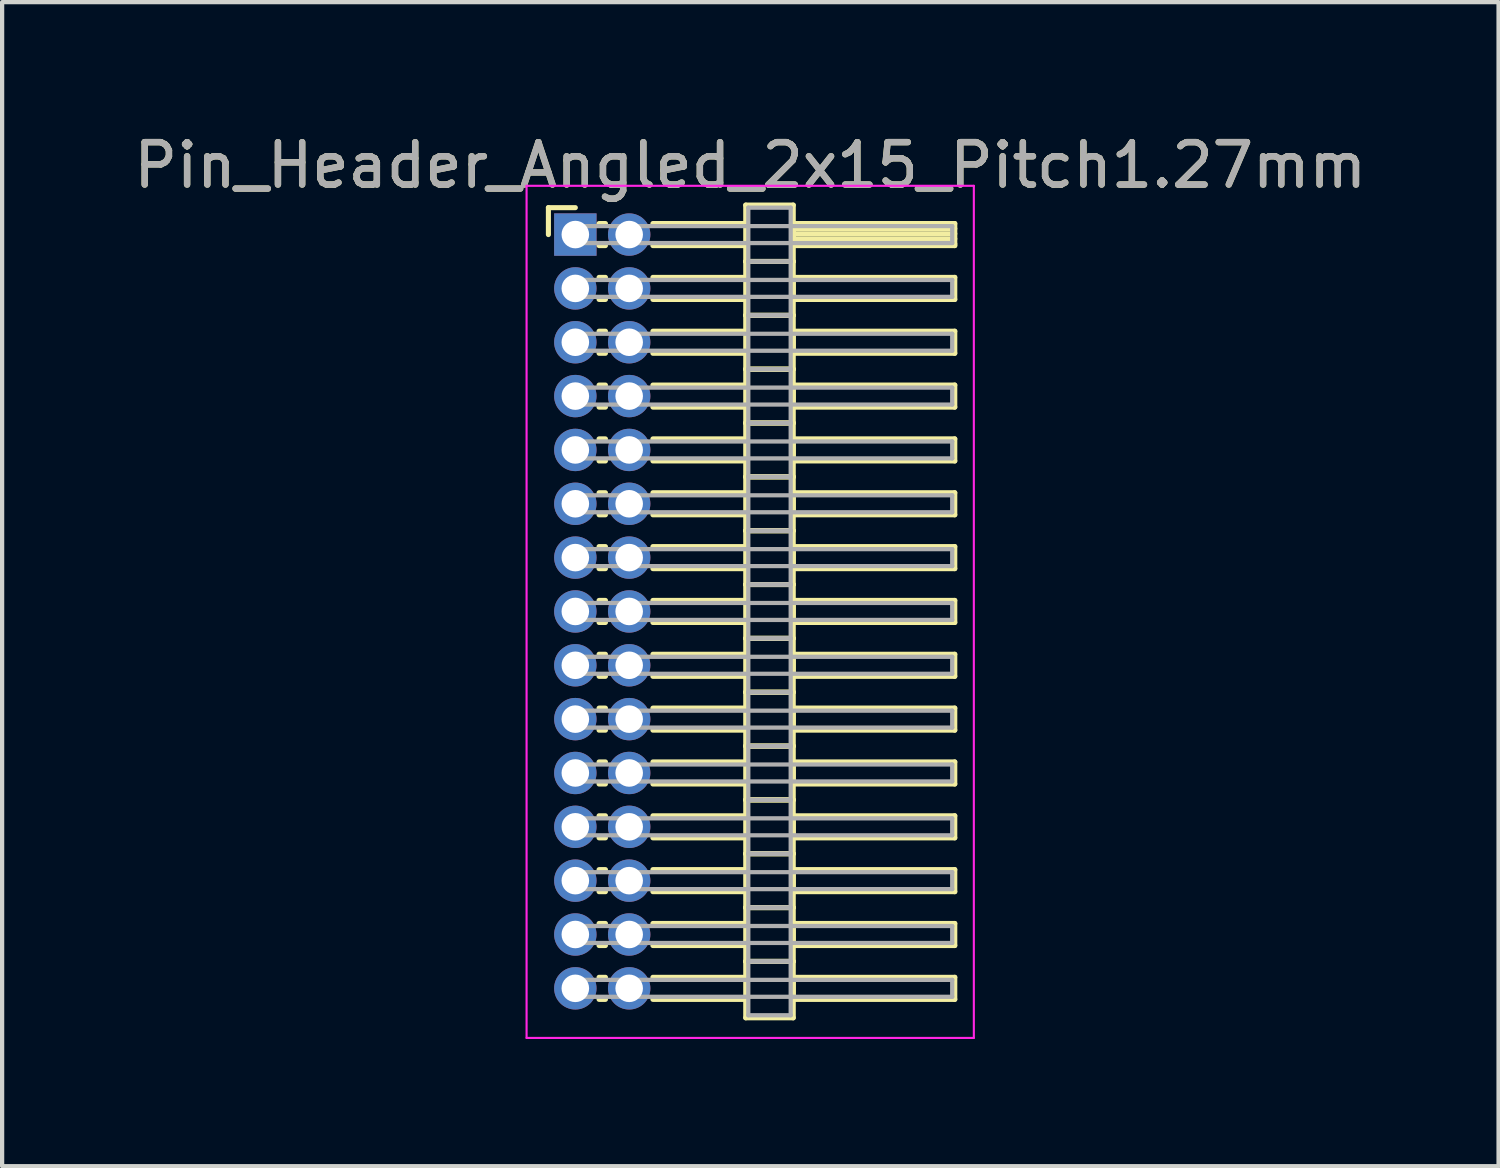
<source format=kicad_pcb>
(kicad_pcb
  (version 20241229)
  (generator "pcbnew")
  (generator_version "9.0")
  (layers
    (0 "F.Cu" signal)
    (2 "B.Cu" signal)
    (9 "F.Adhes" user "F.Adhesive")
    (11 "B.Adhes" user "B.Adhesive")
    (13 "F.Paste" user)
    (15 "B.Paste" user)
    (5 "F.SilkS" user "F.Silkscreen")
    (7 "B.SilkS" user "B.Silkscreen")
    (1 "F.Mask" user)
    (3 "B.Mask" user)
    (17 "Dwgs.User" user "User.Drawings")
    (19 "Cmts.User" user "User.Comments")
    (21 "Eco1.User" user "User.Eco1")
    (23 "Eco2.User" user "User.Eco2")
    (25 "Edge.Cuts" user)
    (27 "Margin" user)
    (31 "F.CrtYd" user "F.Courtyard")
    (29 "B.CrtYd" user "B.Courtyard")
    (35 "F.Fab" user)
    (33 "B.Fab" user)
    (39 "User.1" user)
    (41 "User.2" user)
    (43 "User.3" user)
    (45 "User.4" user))
  (footprint "Pin_Header_Angled_2x15_Pitch1.27mm"
    (layer "F.Cu")
    (at 10.521 2.483)
    (property "Reference" "Pin_Header_Angled_2x15_Pitch1.27mm" (at 4.128 -1.635 0) (layer "F.SilkS") (effects (font (size 1 1) (thickness 0.15))))
    (attr through_hole)
    (fp_line (start -0.635 -0.635) (end 0 -0.635) (stroke (width 0.12) (type solid)) (layer "F.SilkS"))
    (fp_line (start -0.635 0) (end -0.635 -0.635) (stroke (width 0.12) (type solid)) (layer "F.SilkS"))
    (fp_line (start 0.56 -0.26) (end 0.71 -0.26) (stroke (width 0.12) (type solid)) (layer "F.SilkS"))
    (fp_line (start 0.56 0.26) (end 0.71 0.26) (stroke (width 0.12) (type solid)) (layer "F.SilkS"))
    (fp_line (start 0.56 1.01) (end 0.71 1.01) (stroke (width 0.12) (type solid)) (layer "F.SilkS"))
    (fp_line (start 0.56 1.53) (end 0.71 1.53) (stroke (width 0.12) (type solid)) (layer "F.SilkS"))
    (fp_line (start 0.56 2.28) (end 0.71 2.28) (stroke (width 0.12) (type solid)) (layer "F.SilkS"))
    (fp_line (start 0.56 2.8) (end 0.71 2.8) (stroke (width 0.12) (type solid)) (layer "F.SilkS"))
    (fp_line (start 0.56 3.55) (end 0.71 3.55) (stroke (width 0.12) (type solid)) (layer "F.SilkS"))
    (fp_line (start 0.56 4.07) (end 0.71 4.07) (stroke (width 0.12) (type solid)) (layer "F.SilkS"))
    (fp_line (start 0.56 4.82) (end 0.71 4.82) (stroke (width 0.12) (type solid)) (layer "F.SilkS"))
    (fp_line (start 0.56 5.34) (end 0.71 5.34) (stroke (width 0.12) (type solid)) (layer "F.SilkS"))
    (fp_line (start 0.56 6.09) (end 0.71 6.09) (stroke (width 0.12) (type solid)) (layer "F.SilkS"))
    (fp_line (start 0.56 6.61) (end 0.71 6.61) (stroke (width 0.12) (type solid)) (layer "F.SilkS"))
    (fp_line (start 0.56 7.36) (end 0.71 7.36) (stroke (width 0.12) (type solid)) (layer "F.SilkS"))
    (fp_line (start 0.56 7.88) (end 0.71 7.88) (stroke (width 0.12) (type solid)) (layer "F.SilkS"))
    (fp_line (start 0.56 8.63) (end 0.71 8.63) (stroke (width 0.12) (type solid)) (layer "F.SilkS"))
    (fp_line (start 0.56 9.15) (end 0.71 9.15) (stroke (width 0.12) (type solid)) (layer "F.SilkS"))
    (fp_line (start 0.56 9.9) (end 0.71 9.9) (stroke (width 0.12) (type solid)) (layer "F.SilkS"))
    (fp_line (start 0.56 10.42) (end 0.71 10.42) (stroke (width 0.12) (type solid)) (layer "F.SilkS"))
    (fp_line (start 0.56 11.17) (end 0.71 11.17) (stroke (width 0.12) (type solid)) (layer "F.SilkS"))
    (fp_line (start 0.56 11.69) (end 0.71 11.69) (stroke (width 0.12) (type solid)) (layer "F.SilkS"))
    (fp_line (start 0.56 12.44) (end 0.71 12.44) (stroke (width 0.12) (type solid)) (layer "F.SilkS"))
    (fp_line (start 0.56 12.96) (end 0.71 12.96) (stroke (width 0.12) (type solid)) (layer "F.SilkS"))
    (fp_line (start 0.56 13.71) (end 0.71 13.71) (stroke (width 0.12) (type solid)) (layer "F.SilkS"))
    (fp_line (start 0.56 14.23) (end 0.71 14.23) (stroke (width 0.12) (type solid)) (layer "F.SilkS"))
    (fp_line (start 0.56 14.98) (end 0.71 14.98) (stroke (width 0.12) (type solid)) (layer "F.SilkS"))
    (fp_line (start 0.56 15.5) (end 0.71 15.5) (stroke (width 0.12) (type solid)) (layer "F.SilkS"))
    (fp_line (start 0.56 16.25) (end 0.71 16.25) (stroke (width 0.12) (type solid)) (layer "F.SilkS"))
    (fp_line (start 0.56 16.77) (end 0.71 16.77) (stroke (width 0.12) (type solid)) (layer "F.SilkS"))
    (fp_line (start 0.56 17.52) (end 0.71 17.52) (stroke (width 0.12) (type solid)) (layer "F.SilkS"))
    (fp_line (start 0.56 18.04) (end 0.71 18.04) (stroke (width 0.12) (type solid)) (layer "F.SilkS"))
    (fp_line (start 1.83 -0.26) (end 4.02 -0.26) (stroke (width 0.12) (type solid)) (layer "F.SilkS"))
    (fp_line (start 1.83 0.26) (end 4.02 0.26) (stroke (width 0.12) (type solid)) (layer "F.SilkS"))
    (fp_line (start 1.83 1.01) (end 4.02 1.01) (stroke (width 0.12) (type solid)) (layer "F.SilkS"))
    (fp_line (start 1.83 1.53) (end 4.02 1.53) (stroke (width 0.12) (type solid)) (layer "F.SilkS"))
    (fp_line (start 1.83 2.28) (end 4.02 2.28) (stroke (width 0.12) (type solid)) (layer "F.SilkS"))
    (fp_line (start 1.83 2.8) (end 4.02 2.8) (stroke (width 0.12) (type solid)) (layer "F.SilkS"))
    (fp_line (start 1.83 3.55) (end 4.02 3.55) (stroke (width 0.12) (type solid)) (layer "F.SilkS"))
    (fp_line (start 1.83 4.07) (end 4.02 4.07) (stroke (width 0.12) (type solid)) (layer "F.SilkS"))
    (fp_line (start 1.83 4.82) (end 4.02 4.82) (stroke (width 0.12) (type solid)) (layer "F.SilkS"))
    (fp_line (start 1.83 5.34) (end 4.02 5.34) (stroke (width 0.12) (type solid)) (layer "F.SilkS"))
    (fp_line (start 1.83 6.09) (end 4.02 6.09) (stroke (width 0.12) (type solid)) (layer "F.SilkS"))
    (fp_line (start 1.83 6.61) (end 4.02 6.61) (stroke (width 0.12) (type solid)) (layer "F.SilkS"))
    (fp_line (start 1.83 7.36) (end 4.02 7.36) (stroke (width 0.12) (type solid)) (layer "F.SilkS"))
    (fp_line (start 1.83 7.88) (end 4.02 7.88) (stroke (width 0.12) (type solid)) (layer "F.SilkS"))
    (fp_line (start 1.83 8.63) (end 4.02 8.63) (stroke (width 0.12) (type solid)) (layer "F.SilkS"))
    (fp_line (start 1.83 9.15) (end 4.02 9.15) (stroke (width 0.12) (type solid)) (layer "F.SilkS"))
    (fp_line (start 1.83 9.9) (end 4.02 9.9) (stroke (width 0.12) (type solid)) (layer "F.SilkS"))
    (fp_line (start 1.83 10.42) (end 4.02 10.42) (stroke (width 0.12) (type solid)) (layer "F.SilkS"))
    (fp_line (start 1.83 11.17) (end 4.02 11.17) (stroke (width 0.12) (type solid)) (layer "F.SilkS"))
    (fp_line (start 1.83 11.69) (end 4.02 11.69) (stroke (width 0.12) (type solid)) (layer "F.SilkS"))
    (fp_line (start 1.83 12.44) (end 4.02 12.44) (stroke (width 0.12) (type solid)) (layer "F.SilkS"))
    (fp_line (start 1.83 12.96) (end 4.02 12.96) (stroke (width 0.12) (type solid)) (layer "F.SilkS"))
    (fp_line (start 1.83 13.71) (end 4.02 13.71) (stroke (width 0.12) (type solid)) (layer "F.SilkS"))
    (fp_line (start 1.83 14.23) (end 4.02 14.23) (stroke (width 0.12) (type solid)) (layer "F.SilkS"))
    (fp_line (start 1.83 14.98) (end 4.02 14.98) (stroke (width 0.12) (type solid)) (layer "F.SilkS"))
    (fp_line (start 1.83 15.5) (end 4.02 15.5) (stroke (width 0.12) (type solid)) (layer "F.SilkS"))
    (fp_line (start 1.83 16.25) (end 4.02 16.25) (stroke (width 0.12) (type solid)) (layer "F.SilkS"))
    (fp_line (start 1.83 16.77) (end 4.02 16.77) (stroke (width 0.12) (type solid)) (layer "F.SilkS"))
    (fp_line (start 1.83 17.52) (end 4.02 17.52) (stroke (width 0.12) (type solid)) (layer "F.SilkS"))
    (fp_line (start 1.83 18.04) (end 4.02 18.04) (stroke (width 0.12) (type solid)) (layer "F.SilkS"))
    (fp_line (start 4.02 -0.695) (end 4.02 0.635) (stroke (width 0.12) (type solid)) (layer "F.SilkS"))
    (fp_line (start 4.02 0.635) (end 4.02 1.905) (stroke (width 0.12) (type solid)) (layer "F.SilkS"))
    (fp_line (start 4.02 0.635) (end 5.14 0.635) (stroke (width 0.12) (type solid)) (layer "F.SilkS"))
    (fp_line (start 4.02 1.905) (end 4.02 3.175) (stroke (width 0.12) (type solid)) (layer "F.SilkS"))
    (fp_line (start 4.02 1.905) (end 5.14 1.905) (stroke (width 0.12) (type solid)) (layer "F.SilkS"))
    (fp_line (start 4.02 3.175) (end 4.02 4.445) (stroke (width 0.12) (type solid)) (layer "F.SilkS"))
    (fp_line (start 4.02 3.175) (end 5.14 3.175) (stroke (width 0.12) (type solid)) (layer "F.SilkS"))
    (fp_line (start 4.02 4.445) (end 4.02 5.715) (stroke (width 0.12) (type solid)) (layer "F.SilkS"))
    (fp_line (start 4.02 4.445) (end 5.14 4.445) (stroke (width 0.12) (type solid)) (layer "F.SilkS"))
    (fp_line (start 4.02 5.715) (end 4.02 6.985) (stroke (width 0.12) (type solid)) (layer "F.SilkS"))
    (fp_line (start 4.02 5.715) (end 5.14 5.715) (stroke (width 0.12) (type solid)) (layer "F.SilkS"))
    (fp_line (start 4.02 6.985) (end 4.02 8.255) (stroke (width 0.12) (type solid)) (layer "F.SilkS"))
    (fp_line (start 4.02 6.985) (end 5.14 6.985) (stroke (width 0.12) (type solid)) (layer "F.SilkS"))
    (fp_line (start 4.02 8.255) (end 4.02 9.525) (stroke (width 0.12) (type solid)) (layer "F.SilkS"))
    (fp_line (start 4.02 8.255) (end 5.14 8.255) (stroke (width 0.12) (type solid)) (layer "F.SilkS"))
    (fp_line (start 4.02 9.525) (end 4.02 10.795) (stroke (width 0.12) (type solid)) (layer "F.SilkS"))
    (fp_line (start 4.02 9.525) (end 5.14 9.525) (stroke (width 0.12) (type solid)) (layer "F.SilkS"))
    (fp_line (start 4.02 10.795) (end 4.02 12.065) (stroke (width 0.12) (type solid)) (layer "F.SilkS"))
    (fp_line (start 4.02 10.795) (end 5.14 10.795) (stroke (width 0.12) (type solid)) (layer "F.SilkS"))
    (fp_line (start 4.02 12.065) (end 4.02 13.335) (stroke (width 0.12) (type solid)) (layer "F.SilkS"))
    (fp_line (start 4.02 12.065) (end 5.14 12.065) (stroke (width 0.12) (type solid)) (layer "F.SilkS"))
    (fp_line (start 4.02 13.335) (end 4.02 14.605) (stroke (width 0.12) (type solid)) (layer "F.SilkS"))
    (fp_line (start 4.02 13.335) (end 5.14 13.335) (stroke (width 0.12) (type solid)) (layer "F.SilkS"))
    (fp_line (start 4.02 14.605) (end 4.02 15.875) (stroke (width 0.12) (type solid)) (layer "F.SilkS"))
    (fp_line (start 4.02 14.605) (end 5.14 14.605) (stroke (width 0.12) (type solid)) (layer "F.SilkS"))
    (fp_line (start 4.02 15.875) (end 4.02 17.145) (stroke (width 0.12) (type solid)) (layer "F.SilkS"))
    (fp_line (start 4.02 15.875) (end 5.14 15.875) (stroke (width 0.12) (type solid)) (layer "F.SilkS"))
    (fp_line (start 4.02 17.145) (end 4.02 18.475) (stroke (width 0.12) (type solid)) (layer "F.SilkS"))
    (fp_line (start 4.02 17.145) (end 5.14 17.145) (stroke (width 0.12) (type solid)) (layer "F.SilkS"))
    (fp_line (start 4.02 18.475) (end 5.14 18.475) (stroke (width 0.12) (type solid)) (layer "F.SilkS"))
    (fp_line (start 5.14 -0.695) (end 4.02 -0.695) (stroke (width 0.12) (type solid)) (layer "F.SilkS"))
    (fp_line (start 5.14 -0.26) (end 5.14 0.26) (stroke (width 0.12) (type solid)) (layer "F.SilkS"))
    (fp_line (start 5.14 -0.14) (end 8.95 -0.14) (stroke (width 0.12) (type solid)) (layer "F.SilkS"))
    (fp_line (start 5.14 -0.02) (end 8.95 -0.02) (stroke (width 0.12) (type solid)) (layer "F.SilkS"))
    (fp_line (start 5.14 0.1) (end 8.95 0.1) (stroke (width 0.12) (type solid)) (layer "F.SilkS"))
    (fp_line (start 5.14 0.22) (end 8.95 0.22) (stroke (width 0.12) (type solid)) (layer "F.SilkS"))
    (fp_line (start 5.14 0.26) (end 8.95 0.26) (stroke (width 0.12) (type solid)) (layer "F.SilkS"))
    (fp_line (start 5.14 0.635) (end 4.02 0.635) (stroke (width 0.12) (type solid)) (layer "F.SilkS"))
    (fp_line (start 5.14 0.635) (end 5.14 -0.695) (stroke (width 0.12) (type solid)) (layer "F.SilkS"))
    (fp_line (start 5.14 1.01) (end 5.14 1.53) (stroke (width 0.12) (type solid)) (layer "F.SilkS"))
    (fp_line (start 5.14 1.53) (end 8.95 1.53) (stroke (width 0.12) (type solid)) (layer "F.SilkS"))
    (fp_line (start 5.14 1.905) (end 4.02 1.905) (stroke (width 0.12) (type solid)) (layer "F.SilkS"))
    (fp_line (start 5.14 1.905) (end 5.14 0.635) (stroke (width 0.12) (type solid)) (layer "F.SilkS"))
    (fp_line (start 5.14 2.28) (end 5.14 2.8) (stroke (width 0.12) (type solid)) (layer "F.SilkS"))
    (fp_line (start 5.14 2.8) (end 8.95 2.8) (stroke (width 0.12) (type solid)) (layer "F.SilkS"))
    (fp_line (start 5.14 3.175) (end 4.02 3.175) (stroke (width 0.12) (type solid)) (layer "F.SilkS"))
    (fp_line (start 5.14 3.175) (end 5.14 1.905) (stroke (width 0.12) (type solid)) (layer "F.SilkS"))
    (fp_line (start 5.14 3.55) (end 5.14 4.07) (stroke (width 0.12) (type solid)) (layer "F.SilkS"))
    (fp_line (start 5.14 4.07) (end 8.95 4.07) (stroke (width 0.12) (type solid)) (layer "F.SilkS"))
    (fp_line (start 5.14 4.445) (end 4.02 4.445) (stroke (width 0.12) (type solid)) (layer "F.SilkS"))
    (fp_line (start 5.14 4.445) (end 5.14 3.175) (stroke (width 0.12) (type solid)) (layer "F.SilkS"))
    (fp_line (start 5.14 4.82) (end 5.14 5.34) (stroke (width 0.12) (type solid)) (layer "F.SilkS"))
    (fp_line (start 5.14 5.34) (end 8.95 5.34) (stroke (width 0.12) (type solid)) (layer "F.SilkS"))
    (fp_line (start 5.14 5.715) (end 4.02 5.715) (stroke (width 0.12) (type solid)) (layer "F.SilkS"))
    (fp_line (start 5.14 5.715) (end 5.14 4.445) (stroke (width 0.12) (type solid)) (layer "F.SilkS"))
    (fp_line (start 5.14 6.09) (end 5.14 6.61) (stroke (width 0.12) (type solid)) (layer "F.SilkS"))
    (fp_line (start 5.14 6.61) (end 8.95 6.61) (stroke (width 0.12) (type solid)) (layer "F.SilkS"))
    (fp_line (start 5.14 6.985) (end 4.02 6.985) (stroke (width 0.12) (type solid)) (layer "F.SilkS"))
    (fp_line (start 5.14 6.985) (end 5.14 5.715) (stroke (width 0.12) (type solid)) (layer "F.SilkS"))
    (fp_line (start 5.14 7.36) (end 5.14 7.88) (stroke (width 0.12) (type solid)) (layer "F.SilkS"))
    (fp_line (start 5.14 7.88) (end 8.95 7.88) (stroke (width 0.12) (type solid)) (layer "F.SilkS"))
    (fp_line (start 5.14 8.255) (end 4.02 8.255) (stroke (width 0.12) (type solid)) (layer "F.SilkS"))
    (fp_line (start 5.14 8.255) (end 5.14 6.985) (stroke (width 0.12) (type solid)) (layer "F.SilkS"))
    (fp_line (start 5.14 8.63) (end 5.14 9.15) (stroke (width 0.12) (type solid)) (layer "F.SilkS"))
    (fp_line (start 5.14 9.15) (end 8.95 9.15) (stroke (width 0.12) (type solid)) (layer "F.SilkS"))
    (fp_line (start 5.14 9.525) (end 4.02 9.525) (stroke (width 0.12) (type solid)) (layer "F.SilkS"))
    (fp_line (start 5.14 9.525) (end 5.14 8.255) (stroke (width 0.12) (type solid)) (layer "F.SilkS"))
    (fp_line (start 5.14 9.9) (end 5.14 10.42) (stroke (width 0.12) (type solid)) (layer "F.SilkS"))
    (fp_line (start 5.14 10.42) (end 8.95 10.42) (stroke (width 0.12) (type solid)) (layer "F.SilkS"))
    (fp_line (start 5.14 10.795) (end 4.02 10.795) (stroke (width 0.12) (type solid)) (layer "F.SilkS"))
    (fp_line (start 5.14 10.795) (end 5.14 9.525) (stroke (width 0.12) (type solid)) (layer "F.SilkS"))
    (fp_line (start 5.14 11.17) (end 5.14 11.69) (stroke (width 0.12) (type solid)) (layer "F.SilkS"))
    (fp_line (start 5.14 11.69) (end 8.95 11.69) (stroke (width 0.12) (type solid)) (layer "F.SilkS"))
    (fp_line (start 5.14 12.065) (end 4.02 12.065) (stroke (width 0.12) (type solid)) (layer "F.SilkS"))
    (fp_line (start 5.14 12.065) (end 5.14 10.795) (stroke (width 0.12) (type solid)) (layer "F.SilkS"))
    (fp_line (start 5.14 12.44) (end 5.14 12.96) (stroke (width 0.12) (type solid)) (layer "F.SilkS"))
    (fp_line (start 5.14 12.96) (end 8.95 12.96) (stroke (width 0.12) (type solid)) (layer "F.SilkS"))
    (fp_line (start 5.14 13.335) (end 4.02 13.335) (stroke (width 0.12) (type solid)) (layer "F.SilkS"))
    (fp_line (start 5.14 13.335) (end 5.14 12.065) (stroke (width 0.12) (type solid)) (layer "F.SilkS"))
    (fp_line (start 5.14 13.71) (end 5.14 14.23) (stroke (width 0.12) (type solid)) (layer "F.SilkS"))
    (fp_line (start 5.14 14.23) (end 8.95 14.23) (stroke (width 0.12) (type solid)) (layer "F.SilkS"))
    (fp_line (start 5.14 14.605) (end 4.02 14.605) (stroke (width 0.12) (type solid)) (layer "F.SilkS"))
    (fp_line (start 5.14 14.605) (end 5.14 13.335) (stroke (width 0.12) (type solid)) (layer "F.SilkS"))
    (fp_line (start 5.14 14.98) (end 5.14 15.5) (stroke (width 0.12) (type solid)) (layer "F.SilkS"))
    (fp_line (start 5.14 15.5) (end 8.95 15.5) (stroke (width 0.12) (type solid)) (layer "F.SilkS"))
    (fp_line (start 5.14 15.875) (end 4.02 15.875) (stroke (width 0.12) (type solid)) (layer "F.SilkS"))
    (fp_line (start 5.14 15.875) (end 5.14 14.605) (stroke (width 0.12) (type solid)) (layer "F.SilkS"))
    (fp_line (start 5.14 16.25) (end 5.14 16.77) (stroke (width 0.12) (type solid)) (layer "F.SilkS"))
    (fp_line (start 5.14 16.77) (end 8.95 16.77) (stroke (width 0.12) (type solid)) (layer "F.SilkS"))
    (fp_line (start 5.14 17.145) (end 4.02 17.145) (stroke (width 0.12) (type solid)) (layer "F.SilkS"))
    (fp_line (start 5.14 17.145) (end 5.14 15.875) (stroke (width 0.12) (type solid)) (layer "F.SilkS"))
    (fp_line (start 5.14 17.52) (end 5.14 18.04) (stroke (width 0.12) (type solid)) (layer "F.SilkS"))
    (fp_line (start 5.14 18.04) (end 8.95 18.04) (stroke (width 0.12) (type solid)) (layer "F.SilkS"))
    (fp_line (start 5.14 18.475) (end 5.14 17.145) (stroke (width 0.12) (type solid)) (layer "F.SilkS"))
    (fp_line (start 8.95 -0.26) (end 5.14 -0.26) (stroke (width 0.12) (type solid)) (layer "F.SilkS"))
    (fp_line (start 8.95 0.26) (end 8.95 -0.26) (stroke (width 0.12) (type solid)) (layer "F.SilkS"))
    (fp_line (start 8.95 1.01) (end 5.14 1.01) (stroke (width 0.12) (type solid)) (layer "F.SilkS"))
    (fp_line (start 8.95 1.53) (end 8.95 1.01) (stroke (width 0.12) (type solid)) (layer "F.SilkS"))
    (fp_line (start 8.95 2.28) (end 5.14 2.28) (stroke (width 0.12) (type solid)) (layer "F.SilkS"))
    (fp_line (start 8.95 2.8) (end 8.95 2.28) (stroke (width 0.12) (type solid)) (layer "F.SilkS"))
    (fp_line (start 8.95 3.55) (end 5.14 3.55) (stroke (width 0.12) (type solid)) (layer "F.SilkS"))
    (fp_line (start 8.95 4.07) (end 8.95 3.55) (stroke (width 0.12) (type solid)) (layer "F.SilkS"))
    (fp_line (start 8.95 4.82) (end 5.14 4.82) (stroke (width 0.12) (type solid)) (layer "F.SilkS"))
    (fp_line (start 8.95 5.34) (end 8.95 4.82) (stroke (width 0.12) (type solid)) (layer "F.SilkS"))
    (fp_line (start 8.95 6.09) (end 5.14 6.09) (stroke (width 0.12) (type solid)) (layer "F.SilkS"))
    (fp_line (start 8.95 6.61) (end 8.95 6.09) (stroke (width 0.12) (type solid)) (layer "F.SilkS"))
    (fp_line (start 8.95 7.36) (end 5.14 7.36) (stroke (width 0.12) (type solid)) (layer "F.SilkS"))
    (fp_line (start 8.95 7.88) (end 8.95 7.36) (stroke (width 0.12) (type solid)) (layer "F.SilkS"))
    (fp_line (start 8.95 8.63) (end 5.14 8.63) (stroke (width 0.12) (type solid)) (layer "F.SilkS"))
    (fp_line (start 8.95 9.15) (end 8.95 8.63) (stroke (width 0.12) (type solid)) (layer "F.SilkS"))
    (fp_line (start 8.95 9.9) (end 5.14 9.9) (stroke (width 0.12) (type solid)) (layer "F.SilkS"))
    (fp_line (start 8.95 10.42) (end 8.95 9.9) (stroke (width 0.12) (type solid)) (layer "F.SilkS"))
    (fp_line (start 8.95 11.17) (end 5.14 11.17) (stroke (width 0.12) (type solid)) (layer "F.SilkS"))
    (fp_line (start 8.95 11.69) (end 8.95 11.17) (stroke (width 0.12) (type solid)) (layer "F.SilkS"))
    (fp_line (start 8.95 12.44) (end 5.14 12.44) (stroke (width 0.12) (type solid)) (layer "F.SilkS"))
    (fp_line (start 8.95 12.96) (end 8.95 12.44) (stroke (width 0.12) (type solid)) (layer "F.SilkS"))
    (fp_line (start 8.95 13.71) (end 5.14 13.71) (stroke (width 0.12) (type solid)) (layer "F.SilkS"))
    (fp_line (start 8.95 14.23) (end 8.95 13.71) (stroke (width 0.12) (type solid)) (layer "F.SilkS"))
    (fp_line (start 8.95 14.98) (end 5.14 14.98) (stroke (width 0.12) (type solid)) (layer "F.SilkS"))
    (fp_line (start 8.95 15.5) (end 8.95 14.98) (stroke (width 0.12) (type solid)) (layer "F.SilkS"))
    (fp_line (start 8.95 16.25) (end 5.14 16.25) (stroke (width 0.12) (type solid)) (layer "F.SilkS"))
    (fp_line (start 8.95 16.77) (end 8.95 16.25) (stroke (width 0.12) (type solid)) (layer "F.SilkS"))
    (fp_line (start 8.95 17.52) (end 5.14 17.52) (stroke (width 0.12) (type solid)) (layer "F.SilkS"))
    (fp_line (start 8.95 18.04) (end 8.95 17.52) (stroke (width 0.12) (type solid)) (layer "F.SilkS"))
    (fp_line (start -1.15 -1.15) (end -1.15 18.95) (stroke (width 0.05) (type solid)) (layer "F.CrtYd"))
    (fp_line (start -1.15 18.95) (end 9.4 18.95) (stroke (width 0.05) (type solid)) (layer "F.CrtYd"))
    (fp_line (start 9.4 -1.15) (end -1.15 -1.15) (stroke (width 0.05) (type solid)) (layer "F.CrtYd"))
    (fp_line (start 9.4 18.95) (end 9.4 -1.15) (stroke (width 0.05) (type solid)) (layer "F.CrtYd"))
    (fp_line (start 0 -0.2) (end 0 0.2) (stroke (width 0.1) (type solid)) (layer "F.Fab"))
    (fp_line (start 0 0.2) (end 8.89 0.2) (stroke (width 0.1) (type solid)) (layer "F.Fab"))
    (fp_line (start 0 1.07) (end 0 1.47) (stroke (width 0.1) (type solid)) (layer "F.Fab"))
    (fp_line (start 0 1.47) (end 8.89 1.47) (stroke (width 0.1) (type solid)) (layer "F.Fab"))
    (fp_line (start 0 2.34) (end 0 2.74) (stroke (width 0.1) (type solid)) (layer "F.Fab"))
    (fp_line (start 0 2.74) (end 8.89 2.74) (stroke (width 0.1) (type solid)) (layer "F.Fab"))
    (fp_line (start 0 3.61) (end 0 4.01) (stroke (width 0.1) (type solid)) (layer "F.Fab"))
    (fp_line (start 0 4.01) (end 8.89 4.01) (stroke (width 0.1) (type solid)) (layer "F.Fab"))
    (fp_line (start 0 4.88) (end 0 5.28) (stroke (width 0.1) (type solid)) (layer "F.Fab"))
    (fp_line (start 0 5.28) (end 8.89 5.28) (stroke (width 0.1) (type solid)) (layer "F.Fab"))
    (fp_line (start 0 6.15) (end 0 6.55) (stroke (width 0.1) (type solid)) (layer "F.Fab"))
    (fp_line (start 0 6.55) (end 8.89 6.55) (stroke (width 0.1) (type solid)) (layer "F.Fab"))
    (fp_line (start 0 7.42) (end 0 7.82) (stroke (width 0.1) (type solid)) (layer "F.Fab"))
    (fp_line (start 0 7.82) (end 8.89 7.82) (stroke (width 0.1) (type solid)) (layer "F.Fab"))
    (fp_line (start 0 8.69) (end 0 9.09) (stroke (width 0.1) (type solid)) (layer "F.Fab"))
    (fp_line (start 0 9.09) (end 8.89 9.09) (stroke (width 0.1) (type solid)) (layer "F.Fab"))
    (fp_line (start 0 9.96) (end 0 10.36) (stroke (width 0.1) (type solid)) (layer "F.Fab"))
    (fp_line (start 0 10.36) (end 8.89 10.36) (stroke (width 0.1) (type solid)) (layer "F.Fab"))
    (fp_line (start 0 11.23) (end 0 11.63) (stroke (width 0.1) (type solid)) (layer "F.Fab"))
    (fp_line (start 0 11.63) (end 8.89 11.63) (stroke (width 0.1) (type solid)) (layer "F.Fab"))
    (fp_line (start 0 12.5) (end 0 12.9) (stroke (width 0.1) (type solid)) (layer "F.Fab"))
    (fp_line (start 0 12.9) (end 8.89 12.9) (stroke (width 0.1) (type solid)) (layer "F.Fab"))
    (fp_line (start 0 13.77) (end 0 14.17) (stroke (width 0.1) (type solid)) (layer "F.Fab"))
    (fp_line (start 0 14.17) (end 8.89 14.17) (stroke (width 0.1) (type solid)) (layer "F.Fab"))
    (fp_line (start 0 15.04) (end 0 15.44) (stroke (width 0.1) (type solid)) (layer "F.Fab"))
    (fp_line (start 0 15.44) (end 8.89 15.44) (stroke (width 0.1) (type solid)) (layer "F.Fab"))
    (fp_line (start 0 16.31) (end 0 16.71) (stroke (width 0.1) (type solid)) (layer "F.Fab"))
    (fp_line (start 0 16.71) (end 8.89 16.71) (stroke (width 0.1) (type solid)) (layer "F.Fab"))
    (fp_line (start 0 17.58) (end 0 17.98) (stroke (width 0.1) (type solid)) (layer "F.Fab"))
    (fp_line (start 0 17.98) (end 8.89 17.98) (stroke (width 0.1) (type solid)) (layer "F.Fab"))
    (fp_line (start 4.08 -0.635) (end 4.08 0.635) (stroke (width 0.1) (type solid)) (layer "F.Fab"))
    (fp_line (start 4.08 0.635) (end 4.08 1.905) (stroke (width 0.1) (type solid)) (layer "F.Fab"))
    (fp_line (start 4.08 0.635) (end 5.08 0.635) (stroke (width 0.1) (type solid)) (layer "F.Fab"))
    (fp_line (start 4.08 1.905) (end 4.08 3.175) (stroke (width 0.1) (type solid)) (layer "F.Fab"))
    (fp_line (start 4.08 1.905) (end 5.08 1.905) (stroke (width 0.1) (type solid)) (layer "F.Fab"))
    (fp_line (start 4.08 3.175) (end 4.08 4.445) (stroke (width 0.1) (type solid)) (layer "F.Fab"))
    (fp_line (start 4.08 3.175) (end 5.08 3.175) (stroke (width 0.1) (type solid)) (layer "F.Fab"))
    (fp_line (start 4.08 4.445) (end 4.08 5.715) (stroke (width 0.1) (type solid)) (layer "F.Fab"))
    (fp_line (start 4.08 4.445) (end 5.08 4.445) (stroke (width 0.1) (type solid)) (layer "F.Fab"))
    (fp_line (start 4.08 5.715) (end 4.08 6.985) (stroke (width 0.1) (type solid)) (layer "F.Fab"))
    (fp_line (start 4.08 5.715) (end 5.08 5.715) (stroke (width 0.1) (type solid)) (layer "F.Fab"))
    (fp_line (start 4.08 6.985) (end 4.08 8.255) (stroke (width 0.1) (type solid)) (layer "F.Fab"))
    (fp_line (start 4.08 6.985) (end 5.08 6.985) (stroke (width 0.1) (type solid)) (layer "F.Fab"))
    (fp_line (start 4.08 8.255) (end 4.08 9.525) (stroke (width 0.1) (type solid)) (layer "F.Fab"))
    (fp_line (start 4.08 8.255) (end 5.08 8.255) (stroke (width 0.1) (type solid)) (layer "F.Fab"))
    (fp_line (start 4.08 9.525) (end 4.08 10.795) (stroke (width 0.1) (type solid)) (layer "F.Fab"))
    (fp_line (start 4.08 9.525) (end 5.08 9.525) (stroke (width 0.1) (type solid)) (layer "F.Fab"))
    (fp_line (start 4.08 10.795) (end 4.08 12.065) (stroke (width 0.1) (type solid)) (layer "F.Fab"))
    (fp_line (start 4.08 10.795) (end 5.08 10.795) (stroke (width 0.1) (type solid)) (layer "F.Fab"))
    (fp_line (start 4.08 12.065) (end 4.08 13.335) (stroke (width 0.1) (type solid)) (layer "F.Fab"))
    (fp_line (start 4.08 12.065) (end 5.08 12.065) (stroke (width 0.1) (type solid)) (layer "F.Fab"))
    (fp_line (start 4.08 13.335) (end 4.08 14.605) (stroke (width 0.1) (type solid)) (layer "F.Fab"))
    (fp_line (start 4.08 13.335) (end 5.08 13.335) (stroke (width 0.1) (type solid)) (layer "F.Fab"))
    (fp_line (start 4.08 14.605) (end 4.08 15.875) (stroke (width 0.1) (type solid)) (layer "F.Fab"))
    (fp_line (start 4.08 14.605) (end 5.08 14.605) (stroke (width 0.1) (type solid)) (layer "F.Fab"))
    (fp_line (start 4.08 15.875) (end 4.08 17.145) (stroke (width 0.1) (type solid)) (layer "F.Fab"))
    (fp_line (start 4.08 15.875) (end 5.08 15.875) (stroke (width 0.1) (type solid)) (layer "F.Fab"))
    (fp_line (start 4.08 17.145) (end 4.08 18.415) (stroke (width 0.1) (type solid)) (layer "F.Fab"))
    (fp_line (start 4.08 17.145) (end 5.08 17.145) (stroke (width 0.1) (type solid)) (layer "F.Fab"))
    (fp_line (start 4.08 18.415) (end 5.08 18.415) (stroke (width 0.1) (type solid)) (layer "F.Fab"))
    (fp_line (start 5.08 -0.635) (end 4.08 -0.635) (stroke (width 0.1) (type solid)) (layer "F.Fab"))
    (fp_line (start 5.08 0.635) (end 4.08 0.635) (stroke (width 0.1) (type solid)) (layer "F.Fab"))
    (fp_line (start 5.08 0.635) (end 5.08 -0.635) (stroke (width 0.1) (type solid)) (layer "F.Fab"))
    (fp_line (start 5.08 1.905) (end 4.08 1.905) (stroke (width 0.1) (type solid)) (layer "F.Fab"))
    (fp_line (start 5.08 1.905) (end 5.08 0.635) (stroke (width 0.1) (type solid)) (layer "F.Fab"))
    (fp_line (start 5.08 3.175) (end 4.08 3.175) (stroke (width 0.1) (type solid)) (layer "F.Fab"))
    (fp_line (start 5.08 3.175) (end 5.08 1.905) (stroke (width 0.1) (type solid)) (layer "F.Fab"))
    (fp_line (start 5.08 4.445) (end 4.08 4.445) (stroke (width 0.1) (type solid)) (layer "F.Fab"))
    (fp_line (start 5.08 4.445) (end 5.08 3.175) (stroke (width 0.1) (type solid)) (layer "F.Fab"))
    (fp_line (start 5.08 5.715) (end 4.08 5.715) (stroke (width 0.1) (type solid)) (layer "F.Fab"))
    (fp_line (start 5.08 5.715) (end 5.08 4.445) (stroke (width 0.1) (type solid)) (layer "F.Fab"))
    (fp_line (start 5.08 6.985) (end 4.08 6.985) (stroke (width 0.1) (type solid)) (layer "F.Fab"))
    (fp_line (start 5.08 6.985) (end 5.08 5.715) (stroke (width 0.1) (type solid)) (layer "F.Fab"))
    (fp_line (start 5.08 8.255) (end 4.08 8.255) (stroke (width 0.1) (type solid)) (layer "F.Fab"))
    (fp_line (start 5.08 8.255) (end 5.08 6.985) (stroke (width 0.1) (type solid)) (layer "F.Fab"))
    (fp_line (start 5.08 9.525) (end 4.08 9.525) (stroke (width 0.1) (type solid)) (layer "F.Fab"))
    (fp_line (start 5.08 9.525) (end 5.08 8.255) (stroke (width 0.1) (type solid)) (layer "F.Fab"))
    (fp_line (start 5.08 10.795) (end 4.08 10.795) (stroke (width 0.1) (type solid)) (layer "F.Fab"))
    (fp_line (start 5.08 10.795) (end 5.08 9.525) (stroke (width 0.1) (type solid)) (layer "F.Fab"))
    (fp_line (start 5.08 12.065) (end 4.08 12.065) (stroke (width 0.1) (type solid)) (layer "F.Fab"))
    (fp_line (start 5.08 12.065) (end 5.08 10.795) (stroke (width 0.1) (type solid)) (layer "F.Fab"))
    (fp_line (start 5.08 13.335) (end 4.08 13.335) (stroke (width 0.1) (type solid)) (layer "F.Fab"))
    (fp_line (start 5.08 13.335) (end 5.08 12.065) (stroke (width 0.1) (type solid)) (layer "F.Fab"))
    (fp_line (start 5.08 14.605) (end 4.08 14.605) (stroke (width 0.1) (type solid)) (layer "F.Fab"))
    (fp_line (start 5.08 14.605) (end 5.08 13.335) (stroke (width 0.1) (type solid)) (layer "F.Fab"))
    (fp_line (start 5.08 15.875) (end 4.08 15.875) (stroke (width 0.1) (type solid)) (layer "F.Fab"))
    (fp_line (start 5.08 15.875) (end 5.08 14.605) (stroke (width 0.1) (type solid)) (layer "F.Fab"))
    (fp_line (start 5.08 17.145) (end 4.08 17.145) (stroke (width 0.1) (type solid)) (layer "F.Fab"))
    (fp_line (start 5.08 17.145) (end 5.08 15.875) (stroke (width 0.1) (type solid)) (layer "F.Fab"))
    (fp_line (start 5.08 18.415) (end 5.08 17.145) (stroke (width 0.1) (type solid)) (layer "F.Fab"))
    (fp_line (start 8.89 -0.2) (end 0 -0.2) (stroke (width 0.1) (type solid)) (layer "F.Fab"))
    (fp_line (start 8.89 0.2) (end 8.89 -0.2) (stroke (width 0.1) (type solid)) (layer "F.Fab"))
    (fp_line (start 8.89 1.07) (end 0 1.07) (stroke (width 0.1) (type solid)) (layer "F.Fab"))
    (fp_line (start 8.89 1.47) (end 8.89 1.07) (stroke (width 0.1) (type solid)) (layer "F.Fab"))
    (fp_line (start 8.89 2.34) (end 0 2.34) (stroke (width 0.1) (type solid)) (layer "F.Fab"))
    (fp_line (start 8.89 2.74) (end 8.89 2.34) (stroke (width 0.1) (type solid)) (layer "F.Fab"))
    (fp_line (start 8.89 3.61) (end 0 3.61) (stroke (width 0.1) (type solid)) (layer "F.Fab"))
    (fp_line (start 8.89 4.01) (end 8.89 3.61) (stroke (width 0.1) (type solid)) (layer "F.Fab"))
    (fp_line (start 8.89 4.88) (end 0 4.88) (stroke (width 0.1) (type solid)) (layer "F.Fab"))
    (fp_line (start 8.89 5.28) (end 8.89 4.88) (stroke (width 0.1) (type solid)) (layer "F.Fab"))
    (fp_line (start 8.89 6.15) (end 0 6.15) (stroke (width 0.1) (type solid)) (layer "F.Fab"))
    (fp_line (start 8.89 6.55) (end 8.89 6.15) (stroke (width 0.1) (type solid)) (layer "F.Fab"))
    (fp_line (start 8.89 7.42) (end 0 7.42) (stroke (width 0.1) (type solid)) (layer "F.Fab"))
    (fp_line (start 8.89 7.82) (end 8.89 7.42) (stroke (width 0.1) (type solid)) (layer "F.Fab"))
    (fp_line (start 8.89 8.69) (end 0 8.69) (stroke (width 0.1) (type solid)) (layer "F.Fab"))
    (fp_line (start 8.89 9.09) (end 8.89 8.69) (stroke (width 0.1) (type solid)) (layer "F.Fab"))
    (fp_line (start 8.89 9.96) (end 0 9.96) (stroke (width 0.1) (type solid)) (layer "F.Fab"))
    (fp_line (start 8.89 10.36) (end 8.89 9.96) (stroke (width 0.1) (type solid)) (layer "F.Fab"))
    (fp_line (start 8.89 11.23) (end 0 11.23) (stroke (width 0.1) (type solid)) (layer "F.Fab"))
    (fp_line (start 8.89 11.63) (end 8.89 11.23) (stroke (width 0.1) (type solid)) (layer "F.Fab"))
    (fp_line (start 8.89 12.5) (end 0 12.5) (stroke (width 0.1) (type solid)) (layer "F.Fab"))
    (fp_line (start 8.89 12.9) (end 8.89 12.5) (stroke (width 0.1) (type solid)) (layer "F.Fab"))
    (fp_line (start 8.89 13.77) (end 0 13.77) (stroke (width 0.1) (type solid)) (layer "F.Fab"))
    (fp_line (start 8.89 14.17) (end 8.89 13.77) (stroke (width 0.1) (type solid)) (layer "F.Fab"))
    (fp_line (start 8.89 15.04) (end 0 15.04) (stroke (width 0.1) (type solid)) (layer "F.Fab"))
    (fp_line (start 8.89 15.44) (end 8.89 15.04) (stroke (width 0.1) (type solid)) (layer "F.Fab"))
    (fp_line (start 8.89 16.31) (end 0 16.31) (stroke (width 0.1) (type solid)) (layer "F.Fab"))
    (fp_line (start 8.89 16.71) (end 8.89 16.31) (stroke (width 0.1) (type solid)) (layer "F.Fab"))
    (fp_line (start 8.89 17.58) (end 0 17.58) (stroke (width 0.1) (type solid)) (layer "F.Fab"))
    (fp_line (start 8.89 17.98) (end 8.89 17.58) (stroke (width 0.1) (type solid)) (layer "F.Fab"))
    (fp_text user "${REFERENCE}" (at 4.128 -1.635 0) (layer "F.Fab") (effects (font (size 1 1) (thickness 0.15))))
    (pad "1" thru_hole rect (at 0 0) (size 1 1) (drill 0.65) (layers "*.Cu" "*.Mask"))
    (pad "2" thru_hole oval (at 1.27 0) (size 1 1) (drill 0.65) (layers "*.Cu" "*.Mask"))
    (pad "3" thru_hole oval (at 0 1.27) (size 1 1) (drill 0.65) (layers "*.Cu" "*.Mask"))
    (pad "4" thru_hole oval (at 1.27 1.27) (size 1 1) (drill 0.65) (layers "*.Cu" "*.Mask"))
    (pad "5" thru_hole oval (at 0 2.54) (size 1 1) (drill 0.65) (layers "*.Cu" "*.Mask"))
    (pad "6" thru_hole oval (at 1.27 2.54) (size 1 1) (drill 0.65) (layers "*.Cu" "*.Mask"))
    (pad "7" thru_hole oval (at 0 3.81) (size 1 1) (drill 0.65) (layers "*.Cu" "*.Mask"))
    (pad "8" thru_hole oval (at 1.27 3.81) (size 1 1) (drill 0.65) (layers "*.Cu" "*.Mask"))
    (pad "9" thru_hole oval (at 0 5.08) (size 1 1) (drill 0.65) (layers "*.Cu" "*.Mask"))
    (pad "10" thru_hole oval (at 1.27 5.08) (size 1 1) (drill 0.65) (layers "*.Cu" "*.Mask"))
    (pad "11" thru_hole oval (at 0 6.35) (size 1 1) (drill 0.65) (layers "*.Cu" "*.Mask"))
    (pad "12" thru_hole oval (at 1.27 6.35) (size 1 1) (drill 0.65) (layers "*.Cu" "*.Mask"))
    (pad "13" thru_hole oval (at 0 7.62) (size 1 1) (drill 0.65) (layers "*.Cu" "*.Mask"))
    (pad "14" thru_hole oval (at 1.27 7.62) (size 1 1) (drill 0.65) (layers "*.Cu" "*.Mask"))
    (pad "15" thru_hole oval (at 0 8.89) (size 1 1) (drill 0.65) (layers "*.Cu" "*.Mask"))
    (pad "16" thru_hole oval (at 1.27 8.89) (size 1 1) (drill 0.65) (layers "*.Cu" "*.Mask"))
    (pad "17" thru_hole oval (at 0 10.16) (size 1 1) (drill 0.65) (layers "*.Cu" "*.Mask"))
    (pad "18" thru_hole oval (at 1.27 10.16) (size 1 1) (drill 0.65) (layers "*.Cu" "*.Mask"))
    (pad "19" thru_hole oval (at 0 11.43) (size 1 1) (drill 0.65) (layers "*.Cu" "*.Mask"))
    (pad "20" thru_hole oval (at 1.27 11.43) (size 1 1) (drill 0.65) (layers "*.Cu" "*.Mask"))
    (pad "21" thru_hole oval (at 0 12.7) (size 1 1) (drill 0.65) (layers "*.Cu" "*.Mask"))
    (pad "22" thru_hole oval (at 1.27 12.7) (size 1 1) (drill 0.65) (layers "*.Cu" "*.Mask"))
    (pad "23" thru_hole oval (at 0 13.97) (size 1 1) (drill 0.65) (layers "*.Cu" "*.Mask"))
    (pad "24" thru_hole oval (at 1.27 13.97) (size 1 1) (drill 0.65) (layers "*.Cu" "*.Mask"))
    (pad "25" thru_hole oval (at 0 15.24) (size 1 1) (drill 0.65) (layers "*.Cu" "*.Mask"))
    (pad "26" thru_hole oval (at 1.27 15.24) (size 1 1) (drill 0.65) (layers "*.Cu" "*.Mask"))
    (pad "27" thru_hole oval (at 0 16.51) (size 1 1) (drill 0.65) (layers "*.Cu" "*.Mask"))
    (pad "28" thru_hole oval (at 1.27 16.51) (size 1 1) (drill 0.65) (layers "*.Cu" "*.Mask"))
    (pad "29" thru_hole oval (at 0 17.78) (size 1 1) (drill 0.65) (layers "*.Cu" "*.Mask"))
    (pad "30" thru_hole oval (at 1.27 17.78) (size 1 1) (drill 0.65) (layers "*.Cu" "*.Mask")))
  (gr_rect
    (start -3 -3)
    (end 32.298 24.458)
    (stroke (width 0.1) (type default))
    (fill no)
    (layer "Edge.Cuts")))
</source>
